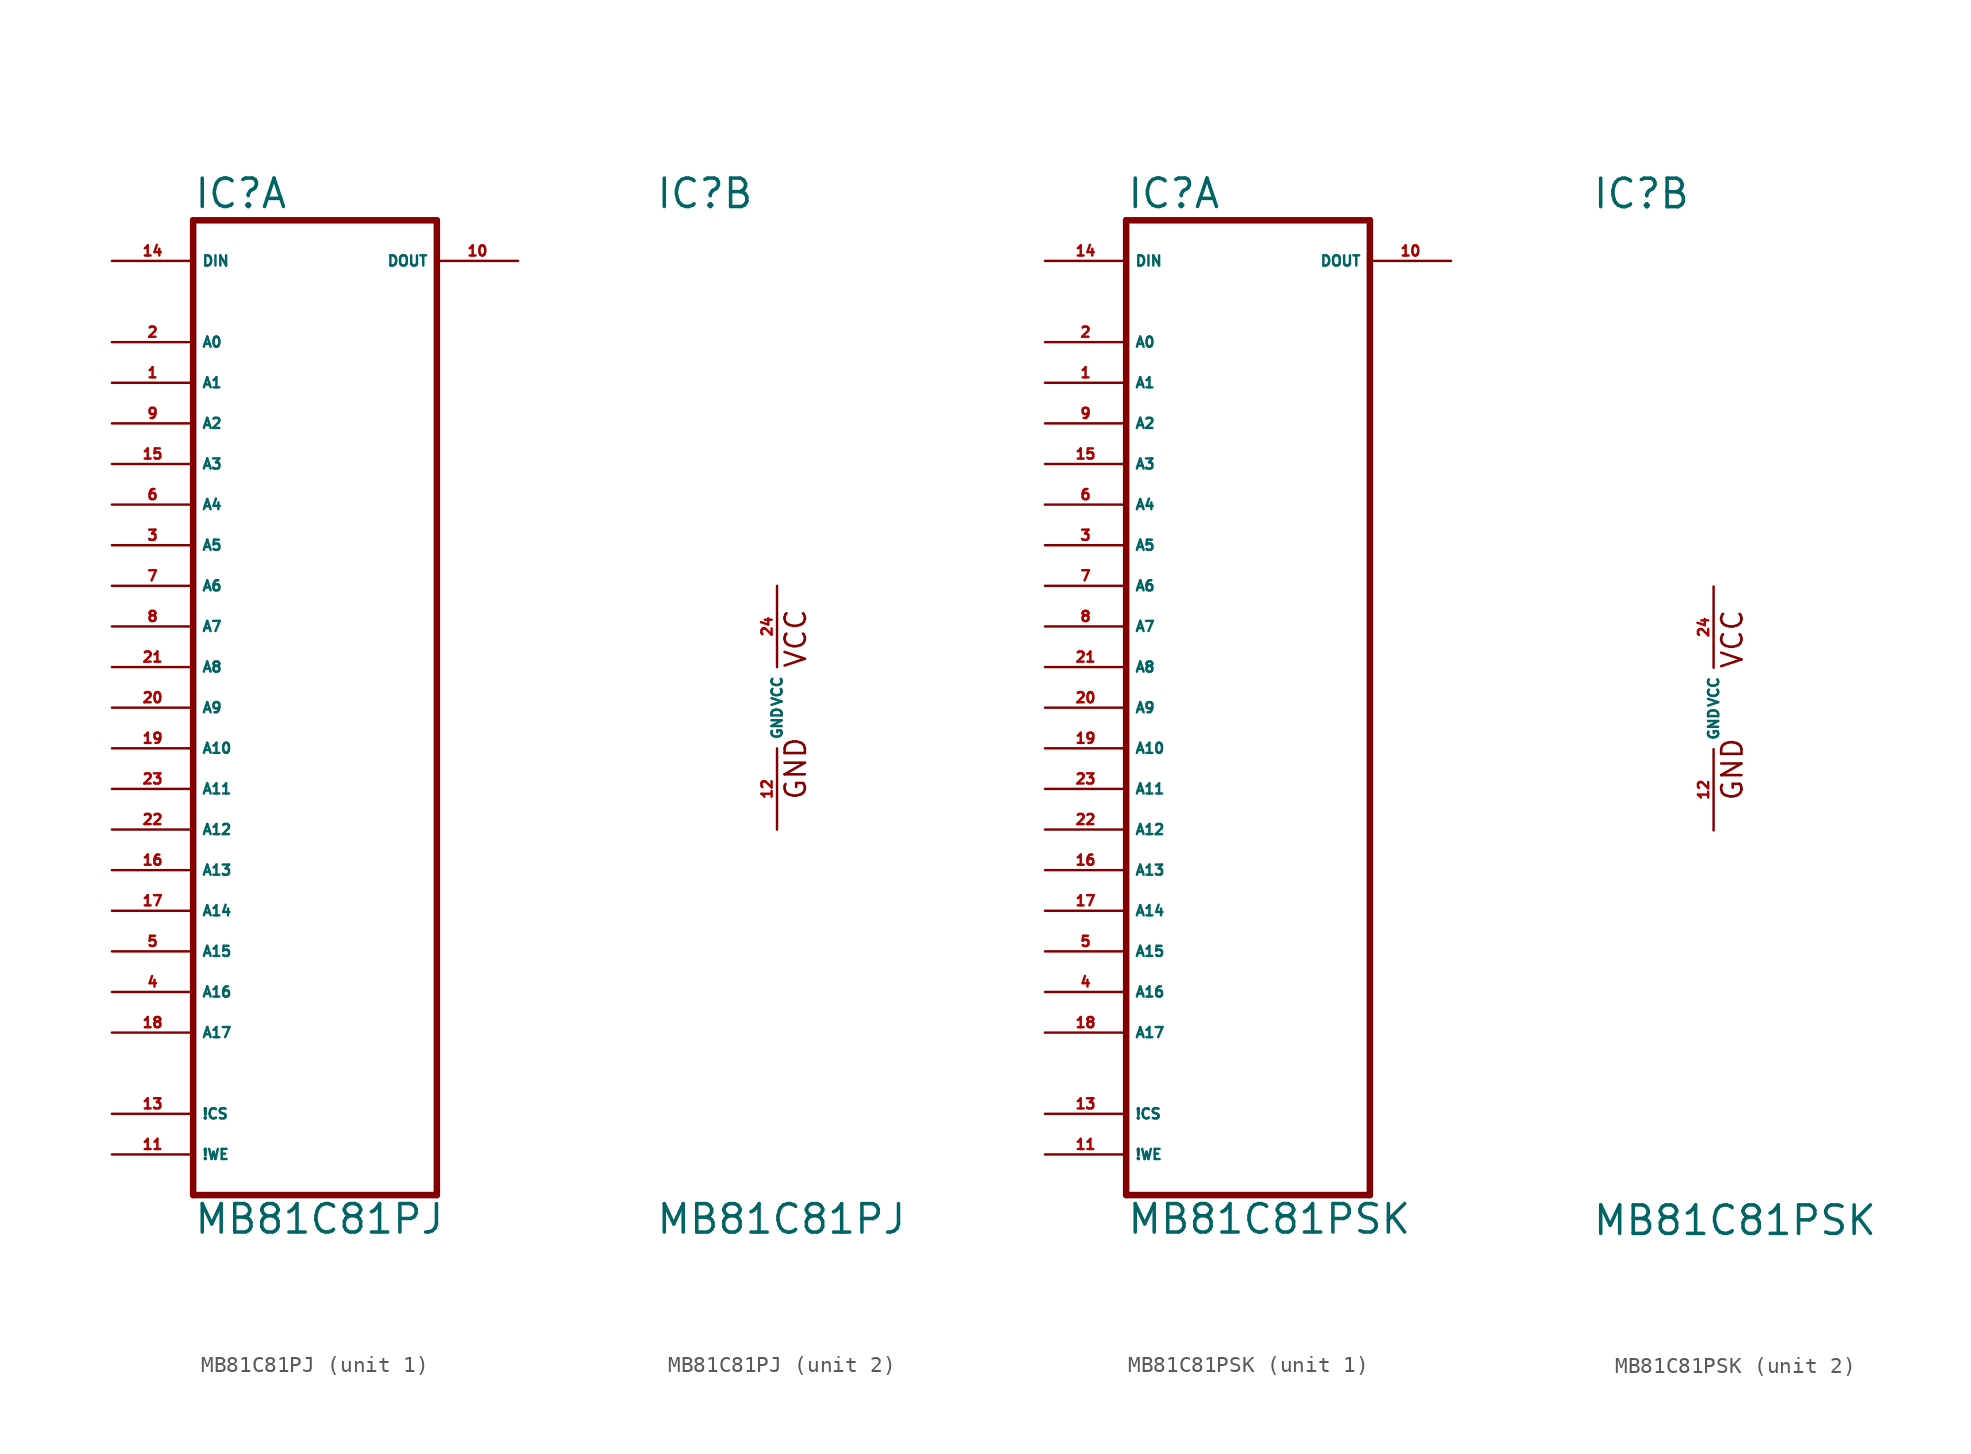
<source format=kicad_sym>
(kicad_symbol_lib
  (version 20220914)
  (generator Eagle2Kicad)
  (symbol "MB81C81PJ"
    (property "Reference" "IC"
      (at -7.62 31.115 0)
      (effects (font (size 1.778 1.778) (thickness 0.22)) (justify left bottom)))
    (property "Value" "MB81C81PJ"
      (at -7.62 -33.02 0)
      (effects (font (size 1.778 1.778) (thickness 0.22)) (justify left bottom)))
    (symbol "MB81C81PJ_1_0"
      (polyline (pts (xy -7.62 -30.48) (xy 7.62 -30.48)) (stroke (width 0.406) (type default)) (fill (type none)))
      (polyline (pts (xy 7.62 -30.48) (xy 7.62 30.48)) (stroke (width 0.406) (type default)) (fill (type none)))
      (polyline (pts (xy 7.62 30.48) (xy -7.62 30.48)) (stroke (width 0.406) (type default)) (fill (type none)))
      (polyline (pts (xy -7.62 30.48) (xy -7.62 -30.48)) (stroke (width 0.406) (type default)) (fill (type none)))
      (pin input line (at -12.7 22.86 0) (length 5.08) (name "A0" (effects (font (size 0.635 0.635) (thickness 0.08)) (justify left bottom))) (number "2" (effects (font (size 0.635 0.635) (thickness 0.08)) (justify left bottom))))
      (pin input line (at -12.7 20.32 0) (length 5.08) (name "A1" (effects (font (size 0.635 0.635) (thickness 0.08)) (justify left bottom))) (number "1" (effects (font (size 0.635 0.635) (thickness 0.08)) (justify left bottom))))
      (pin input line (at -12.7 17.78 0) (length 5.08) (name "A2" (effects (font (size 0.635 0.635) (thickness 0.08)) (justify left bottom))) (number "9" (effects (font (size 0.635 0.635) (thickness 0.08)) (justify left bottom))))
      (pin input line (at -12.7 15.24 0) (length 5.08) (name "A3" (effects (font (size 0.635 0.635) (thickness 0.08)) (justify left bottom))) (number "15" (effects (font (size 0.635 0.635) (thickness 0.08)) (justify left bottom))))
      (pin input line (at -12.7 12.7 0) (length 5.08) (name "A4" (effects (font (size 0.635 0.635) (thickness 0.08)) (justify left bottom))) (number "6" (effects (font (size 0.635 0.635) (thickness 0.08)) (justify left bottom))))
      (pin input line (at -12.7 10.16 0) (length 5.08) (name "A5" (effects (font (size 0.635 0.635) (thickness 0.08)) (justify left bottom))) (number "3" (effects (font (size 0.635 0.635) (thickness 0.08)) (justify left bottom))))
      (pin input line (at -12.7 7.62 0) (length 5.08) (name "A6" (effects (font (size 0.635 0.635) (thickness 0.08)) (justify left bottom))) (number "7" (effects (font (size 0.635 0.635) (thickness 0.08)) (justify left bottom))))
      (pin input line (at -12.7 5.08 0) (length 5.08) (name "A7" (effects (font (size 0.635 0.635) (thickness 0.08)) (justify left bottom))) (number "8" (effects (font (size 0.635 0.635) (thickness 0.08)) (justify left bottom))))
      (pin input line (at -12.7 2.54 0) (length 5.08) (name "A8" (effects (font (size 0.635 0.635) (thickness 0.08)) (justify left bottom))) (number "21" (effects (font (size 0.635 0.635) (thickness 0.08)) (justify left bottom))))
      (pin input line (at -12.7 0 0) (length 5.08) (name "A9" (effects (font (size 0.635 0.635) (thickness 0.08)) (justify left bottom))) (number "20" (effects (font (size 0.635 0.635) (thickness 0.08)) (justify left bottom))))
      (pin input line (at -12.7 -2.54 0) (length 5.08) (name "A10" (effects (font (size 0.635 0.635) (thickness 0.08)) (justify left bottom))) (number "19" (effects (font (size 0.635 0.635) (thickness 0.08)) (justify left bottom))))
      (pin input line (at -12.7 -5.08 0) (length 5.08) (name "A11" (effects (font (size 0.635 0.635) (thickness 0.08)) (justify left bottom))) (number "23" (effects (font (size 0.635 0.635) (thickness 0.08)) (justify left bottom))))
      (pin input line (at -12.7 -7.62 0) (length 5.08) (name "A12" (effects (font (size 0.635 0.635) (thickness 0.08)) (justify left bottom))) (number "22" (effects (font (size 0.635 0.635) (thickness 0.08)) (justify left bottom))))
      (pin input line (at -12.7 -10.16 0) (length 5.08) (name "A13" (effects (font (size 0.635 0.635) (thickness 0.08)) (justify left bottom))) (number "16" (effects (font (size 0.635 0.635) (thickness 0.08)) (justify left bottom))))
      (pin input line (at -12.7 -25.4 0) (length 5.08) (name "!CS" (effects (font (size 0.635 0.635) (thickness 0.08)) (justify left bottom))) (number "13" (effects (font (size 0.635 0.635) (thickness 0.08)) (justify left bottom))))
      (pin input line (at -12.7 -27.94 0) (length 5.08) (name "!WE" (effects (font (size 0.635 0.635) (thickness 0.08)) (justify left bottom))) (number "11" (effects (font (size 0.635 0.635) (thickness 0.08)) (justify left bottom))))
      (pin output line (at 12.7 27.94 180) (length 5.08) (name "DOUT" (effects (font (size 0.635 0.635) (thickness 0.08)) (justify left bottom))) (number "10" (effects (font (size 0.635 0.635) (thickness 0.08)) (justify left bottom))))
      (pin input line (at -12.7 27.94 0) (length 5.08) (name "DIN" (effects (font (size 0.635 0.635) (thickness 0.08)) (justify left bottom))) (number "14" (effects (font (size 0.635 0.635) (thickness 0.08)) (justify left bottom))))
      (pin input line (at -12.7 -12.7 0) (length 5.08) (name "A14" (effects (font (size 0.635 0.635) (thickness 0.08)) (justify left bottom))) (number "17" (effects (font (size 0.635 0.635) (thickness 0.08)) (justify left bottom))))
      (pin input line (at -12.7 -15.24 0) (length 5.08) (name "A15" (effects (font (size 0.635 0.635) (thickness 0.08)) (justify left bottom))) (number "5" (effects (font (size 0.635 0.635) (thickness 0.08)) (justify left bottom))))
      (pin input line (at -12.7 -17.78 0) (length 5.08) (name "A16" (effects (font (size 0.635 0.635) (thickness 0.08)) (justify left bottom))) (number "4" (effects (font (size 0.635 0.635) (thickness 0.08)) (justify left bottom))))
      (pin input line (at -12.7 -20.32 0) (length 5.08) (name "A17" (effects (font (size 0.635 0.635) (thickness 0.08)) (justify left bottom))) (number "18" (effects (font (size 0.635 0.635) (thickness 0.08)) (justify left bottom)))))
    (symbol "MB81C81PJ_2_0"
      (text "VCC" (at 1.905 2.413 900) (effects (font (size 1.27 1.27) (thickness 0.16)) (justify left bottom)))
      (text "GND" (at 1.905 -5.842 900) (effects (font (size 1.27 1.27) (thickness 0.16)) (justify left bottom)))
      (pin unspecified line (at 0 -7.62 90) (length 5.08) (name "GND" (effects (font (size 0.635 0.635) (thickness 0.08)) (justify left bottom))) (number "12" (effects (font (size 0.635 0.635) (thickness 0.08)) (justify left bottom))))
      (pin unspecified line (at 0 7.62 270) (length 5.08) (name "VCC" (effects (font (size 0.635 0.635) (thickness 0.08)) (justify left bottom))) (number "24" (effects (font (size 0.635 0.635) (thickness 0.08)) (justify left bottom))))))
  (symbol "MB81C81PSK"
    (property "Reference" "IC"
      (at -7.62 31.115 0)
      (effects (font (size 1.778 1.778) (thickness 0.22)) (justify left bottom)))
    (property "Value" "MB81C81PSK"
      (at -7.62 -33.02 0)
      (effects (font (size 1.778 1.778) (thickness 0.22)) (justify left bottom)))
    (symbol "MB81C81PSK_1_0"
      (polyline (pts (xy -7.62 -30.48) (xy 7.62 -30.48)) (stroke (width 0.406) (type default)) (fill (type none)))
      (polyline (pts (xy 7.62 -30.48) (xy 7.62 30.48)) (stroke (width 0.406) (type default)) (fill (type none)))
      (polyline (pts (xy 7.62 30.48) (xy -7.62 30.48)) (stroke (width 0.406) (type default)) (fill (type none)))
      (polyline (pts (xy -7.62 30.48) (xy -7.62 -30.48)) (stroke (width 0.406) (type default)) (fill (type none)))
      (pin input line (at -12.7 22.86 0) (length 5.08) (name "A0" (effects (font (size 0.635 0.635) (thickness 0.08)) (justify left bottom))) (number "2" (effects (font (size 0.635 0.635) (thickness 0.08)) (justify left bottom))))
      (pin input line (at -12.7 20.32 0) (length 5.08) (name "A1" (effects (font (size 0.635 0.635) (thickness 0.08)) (justify left bottom))) (number "1" (effects (font (size 0.635 0.635) (thickness 0.08)) (justify left bottom))))
      (pin input line (at -12.7 17.78 0) (length 5.08) (name "A2" (effects (font (size 0.635 0.635) (thickness 0.08)) (justify left bottom))) (number "9" (effects (font (size 0.635 0.635) (thickness 0.08)) (justify left bottom))))
      (pin input line (at -12.7 15.24 0) (length 5.08) (name "A3" (effects (font (size 0.635 0.635) (thickness 0.08)) (justify left bottom))) (number "15" (effects (font (size 0.635 0.635) (thickness 0.08)) (justify left bottom))))
      (pin input line (at -12.7 12.7 0) (length 5.08) (name "A4" (effects (font (size 0.635 0.635) (thickness 0.08)) (justify left bottom))) (number "6" (effects (font (size 0.635 0.635) (thickness 0.08)) (justify left bottom))))
      (pin input line (at -12.7 10.16 0) (length 5.08) (name "A5" (effects (font (size 0.635 0.635) (thickness 0.08)) (justify left bottom))) (number "3" (effects (font (size 0.635 0.635) (thickness 0.08)) (justify left bottom))))
      (pin input line (at -12.7 7.62 0) (length 5.08) (name "A6" (effects (font (size 0.635 0.635) (thickness 0.08)) (justify left bottom))) (number "7" (effects (font (size 0.635 0.635) (thickness 0.08)) (justify left bottom))))
      (pin input line (at -12.7 5.08 0) (length 5.08) (name "A7" (effects (font (size 0.635 0.635) (thickness 0.08)) (justify left bottom))) (number "8" (effects (font (size 0.635 0.635) (thickness 0.08)) (justify left bottom))))
      (pin input line (at -12.7 2.54 0) (length 5.08) (name "A8" (effects (font (size 0.635 0.635) (thickness 0.08)) (justify left bottom))) (number "21" (effects (font (size 0.635 0.635) (thickness 0.08)) (justify left bottom))))
      (pin input line (at -12.7 0 0) (length 5.08) (name "A9" (effects (font (size 0.635 0.635) (thickness 0.08)) (justify left bottom))) (number "20" (effects (font (size 0.635 0.635) (thickness 0.08)) (justify left bottom))))
      (pin input line (at -12.7 -2.54 0) (length 5.08) (name "A10" (effects (font (size 0.635 0.635) (thickness 0.08)) (justify left bottom))) (number "19" (effects (font (size 0.635 0.635) (thickness 0.08)) (justify left bottom))))
      (pin input line (at -12.7 -5.08 0) (length 5.08) (name "A11" (effects (font (size 0.635 0.635) (thickness 0.08)) (justify left bottom))) (number "23" (effects (font (size 0.635 0.635) (thickness 0.08)) (justify left bottom))))
      (pin input line (at -12.7 -7.62 0) (length 5.08) (name "A12" (effects (font (size 0.635 0.635) (thickness 0.08)) (justify left bottom))) (number "22" (effects (font (size 0.635 0.635) (thickness 0.08)) (justify left bottom))))
      (pin input line (at -12.7 -10.16 0) (length 5.08) (name "A13" (effects (font (size 0.635 0.635) (thickness 0.08)) (justify left bottom))) (number "16" (effects (font (size 0.635 0.635) (thickness 0.08)) (justify left bottom))))
      (pin input line (at -12.7 -25.4 0) (length 5.08) (name "!CS" (effects (font (size 0.635 0.635) (thickness 0.08)) (justify left bottom))) (number "13" (effects (font (size 0.635 0.635) (thickness 0.08)) (justify left bottom))))
      (pin input line (at -12.7 -27.94 0) (length 5.08) (name "!WE" (effects (font (size 0.635 0.635) (thickness 0.08)) (justify left bottom))) (number "11" (effects (font (size 0.635 0.635) (thickness 0.08)) (justify left bottom))))
      (pin output line (at 12.7 27.94 180) (length 5.08) (name "DOUT" (effects (font (size 0.635 0.635) (thickness 0.08)) (justify left bottom))) (number "10" (effects (font (size 0.635 0.635) (thickness 0.08)) (justify left bottom))))
      (pin input line (at -12.7 27.94 0) (length 5.08) (name "DIN" (effects (font (size 0.635 0.635) (thickness 0.08)) (justify left bottom))) (number "14" (effects (font (size 0.635 0.635) (thickness 0.08)) (justify left bottom))))
      (pin input line (at -12.7 -12.7 0) (length 5.08) (name "A14" (effects (font (size 0.635 0.635) (thickness 0.08)) (justify left bottom))) (number "17" (effects (font (size 0.635 0.635) (thickness 0.08)) (justify left bottom))))
      (pin input line (at -12.7 -15.24 0) (length 5.08) (name "A15" (effects (font (size 0.635 0.635) (thickness 0.08)) (justify left bottom))) (number "5" (effects (font (size 0.635 0.635) (thickness 0.08)) (justify left bottom))))
      (pin input line (at -12.7 -17.78 0) (length 5.08) (name "A16" (effects (font (size 0.635 0.635) (thickness 0.08)) (justify left bottom))) (number "4" (effects (font (size 0.635 0.635) (thickness 0.08)) (justify left bottom))))
      (pin input line (at -12.7 -20.32 0) (length 5.08) (name "A17" (effects (font (size 0.635 0.635) (thickness 0.08)) (justify left bottom))) (number "18" (effects (font (size 0.635 0.635) (thickness 0.08)) (justify left bottom)))))
    (symbol "MB81C81PSK_2_0"
      (text "VCC" (at 1.905 2.413 900) (effects (font (size 1.27 1.27) (thickness 0.16)) (justify left bottom)))
      (text "GND" (at 1.905 -5.842 900) (effects (font (size 1.27 1.27) (thickness 0.16)) (justify left bottom)))
      (pin unspecified line (at 0 -7.62 90) (length 5.08) (name "GND" (effects (font (size 0.635 0.635) (thickness 0.08)) (justify left bottom))) (number "12" (effects (font (size 0.635 0.635) (thickness 0.08)) (justify left bottom))))
      (pin unspecified line (at 0 7.62 270) (length 5.08) (name "VCC" (effects (font (size 0.635 0.635) (thickness 0.08)) (justify left bottom))) (number "24" (effects (font (size 0.635 0.635) (thickness 0.08)) (justify left bottom)))))))
</source>
